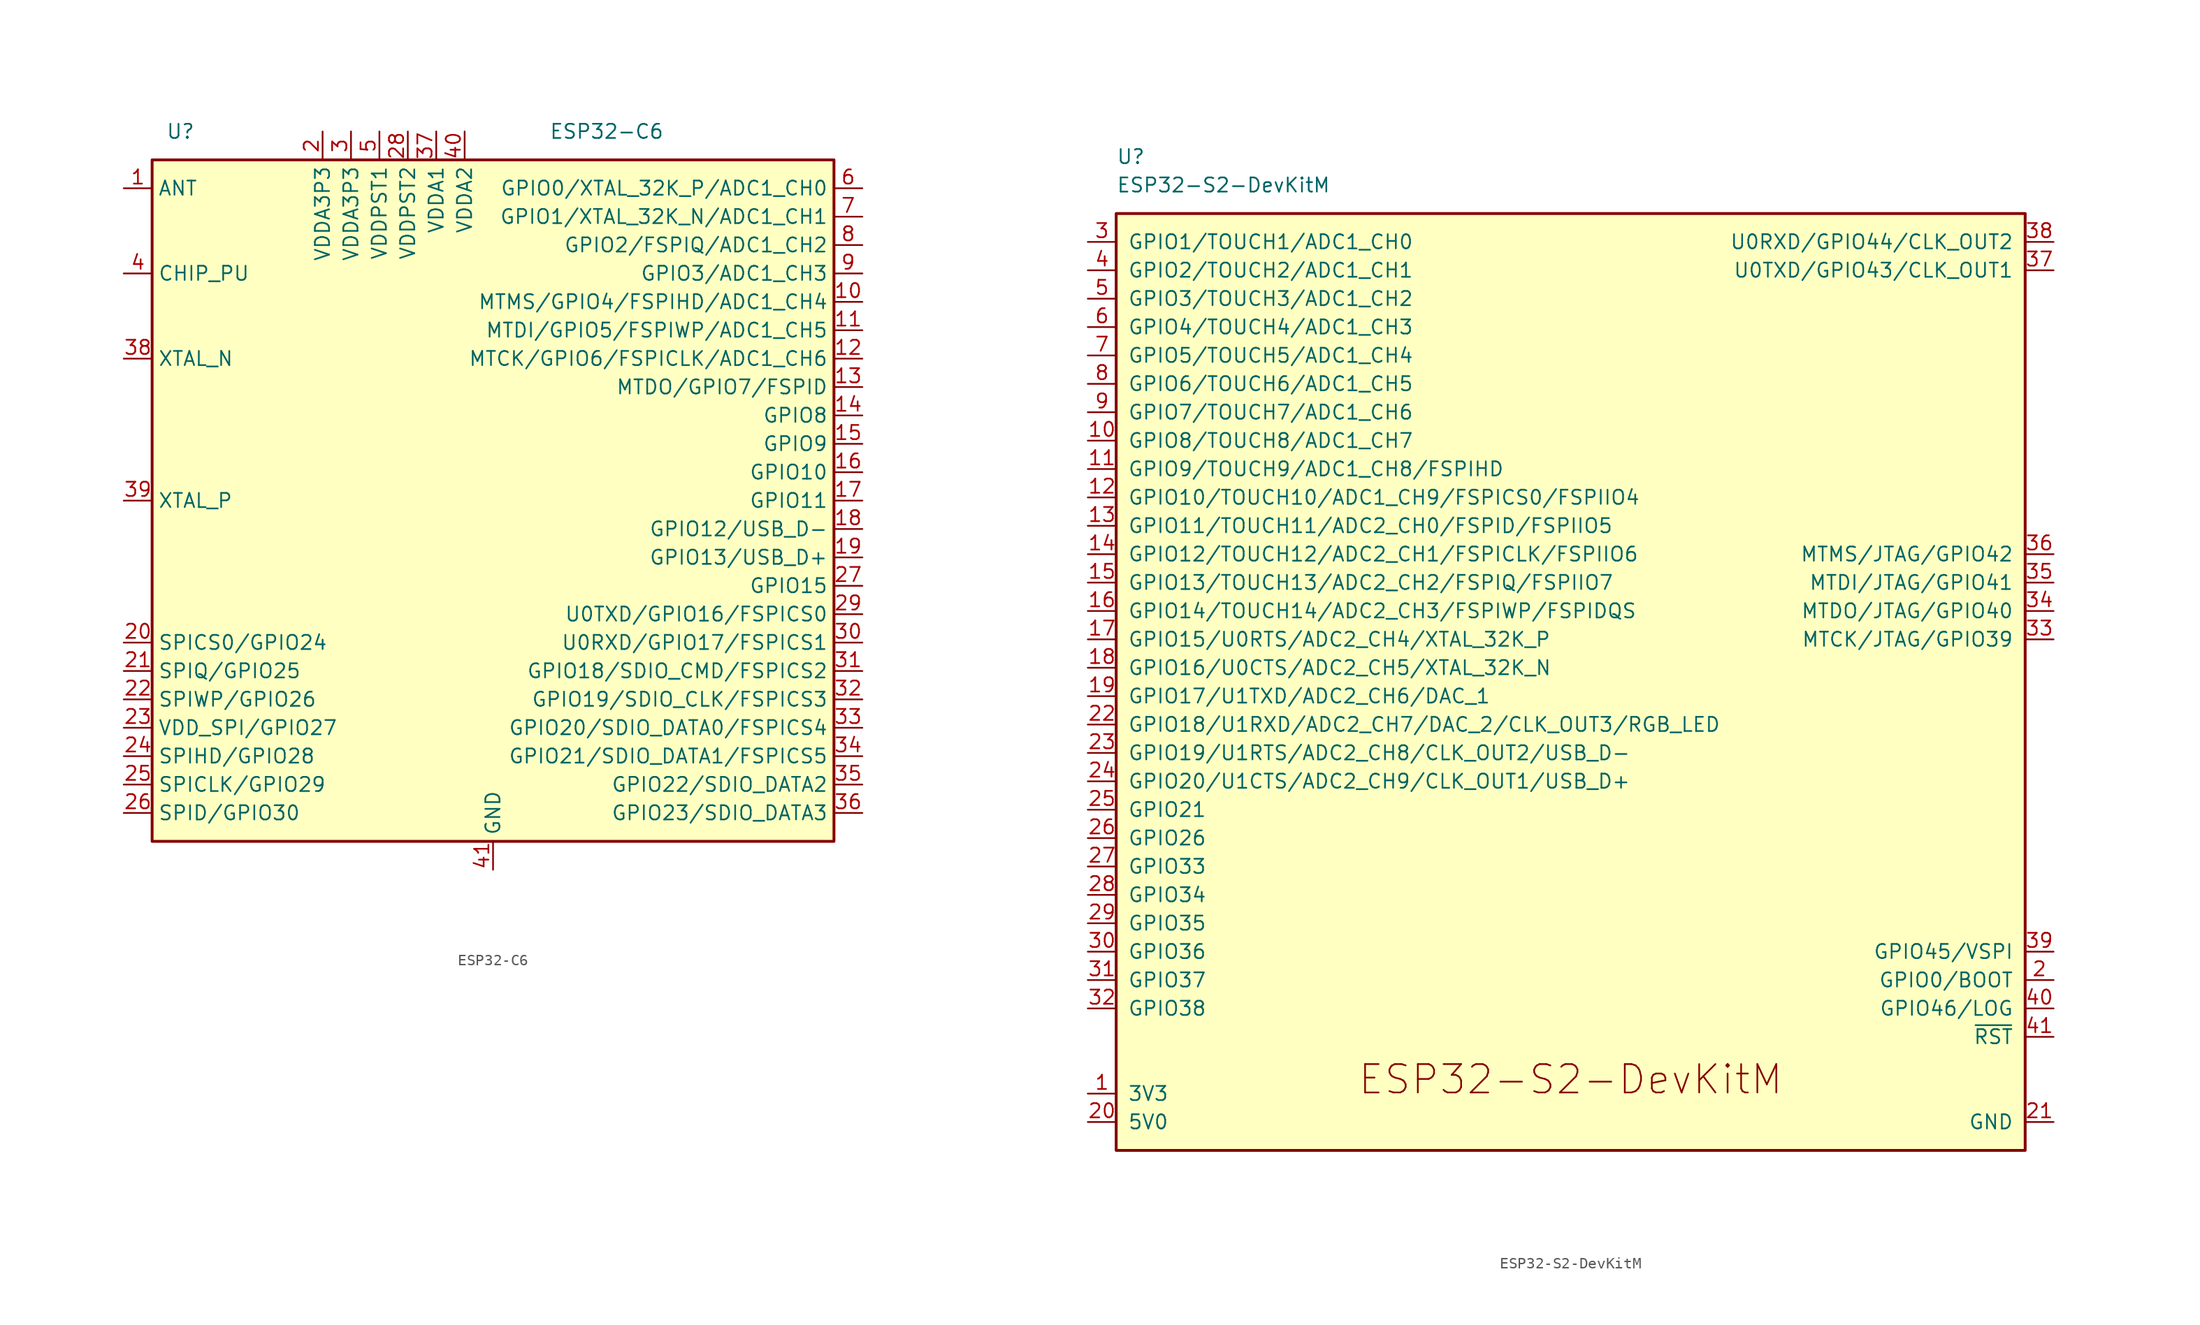
<source format=kicad_sym>
(kicad_symbol_lib
  (version 20211014)
  (generator kicad_symbol_editor)
  (symbol "ESP32-C6"
    (property "Reference" "U"
      (at -27.94 33.02 0)
      (effects (font (size 1.27 1.27))))
    (property "Value" "ESP32-C6"
      (at 10.16 33.02 0)
      (effects (font (size 1.27 1.27))))
    (symbol "ESP32-C6_0_1"
      (rectangle (start -30.48 30.48) (end 30.48 -30.48) (stroke (width 0.254) (type default) (color 0 0 0 0)) (fill (type background))))
    (symbol "ESP32-C6_1_1"
      (pin bidirectional line (at -33.02 27.94 0) (length 2.54) (name "ANT" (effects (font (size 1.27 1.27)))) (number "1" (effects (font (size 1.27 1.27)))))
      (pin bidirectional line (at 33.02 17.78 180) (length 2.54) (name "MTMS/GPIO4/FSPIHD/ADC1_CH4" (effects (font (size 1.27 1.27)))) (number "10" (effects (font (size 1.27 1.27)))))
      (pin bidirectional line (at 33.02 15.24 180) (length 2.54) (name "MTDI/GPIO5/FSPIWP/ADC1_CH5" (effects (font (size 1.27 1.27)))) (number "11" (effects (font (size 1.27 1.27)))))
      (pin bidirectional line (at 33.02 12.7 180) (length 2.54) (name "MTCK/GPIO6/FSPICLK/ADC1_CH6" (effects (font (size 1.27 1.27)))) (number "12" (effects (font (size 1.27 1.27)))))
      (pin bidirectional line (at 33.02 10.16 180) (length 2.54) (name "MTDO/GPIO7/FSPID" (effects (font (size 1.27 1.27)))) (number "13" (effects (font (size 1.27 1.27)))))
      (pin bidirectional line (at 33.02 7.62 180) (length 2.54) (name "GPIO8" (effects (font (size 1.27 1.27)))) (number "14" (effects (font (size 1.27 1.27)))))
      (pin bidirectional line (at 33.02 5.08 180) (length 2.54) (name "GPIO9" (effects (font (size 1.27 1.27)))) (number "15" (effects (font (size 1.27 1.27)))))
      (pin bidirectional line (at 33.02 2.54 180) (length 2.54) (name "GPIO10" (effects (font (size 1.27 1.27)))) (number "16" (effects (font (size 1.27 1.27)))))
      (pin bidirectional line (at 33.02 0 180) (length 2.54) (name "GPIO11" (effects (font (size 1.27 1.27)))) (number "17" (effects (font (size 1.27 1.27)))))
      (pin bidirectional line (at 33.02 -2.54 180) (length 2.54) (name "GPIO12/USB_D-" (effects (font (size 1.27 1.27)))) (number "18" (effects (font (size 1.27 1.27)))))
      (pin bidirectional line (at 33.02 -5.08 180) (length 2.54) (name "GPIO13/USB_D+" (effects (font (size 1.27 1.27)))) (number "19" (effects (font (size 1.27 1.27)))))
      (pin power_in line (at -15.24 33.02 270) (length 2.54) (name "VDDA3P3" (effects (font (size 1.27 1.27)))) (number "2" (effects (font (size 1.27 1.27)))))
      (pin bidirectional line (at -33.02 -12.7 0) (length 2.54) (name "SPICS0/GPIO24" (effects (font (size 1.27 1.27)))) (number "20" (effects (font (size 1.27 1.27)))))
      (pin bidirectional line (at -33.02 -15.24 0) (length 2.54) (name "SPIQ/GPIO25" (effects (font (size 1.27 1.27)))) (number "21" (effects (font (size 1.27 1.27)))))
      (pin bidirectional line (at -33.02 -17.78 0) (length 2.54) (name "SPIWP/GPIO26" (effects (font (size 1.27 1.27)))) (number "22" (effects (font (size 1.27 1.27)))))
      (pin bidirectional line (at -33.02 -20.32 0) (length 2.54) (name "VDD_SPI/GPIO27" (effects (font (size 1.27 1.27)))) (number "23" (effects (font (size 1.27 1.27)))))
      (pin bidirectional line (at -33.02 -22.86 0) (length 2.54) (name "SPIHD/GPIO28" (effects (font (size 1.27 1.27)))) (number "24" (effects (font (size 1.27 1.27)))))
      (pin bidirectional line (at -33.02 -25.4 0) (length 2.54) (name "SPICLK/GPIO29" (effects (font (size 1.27 1.27)))) (number "25" (effects (font (size 1.27 1.27)))))
      (pin bidirectional line (at -33.02 -27.94 0) (length 2.54) (name "SPID/GPIO30" (effects (font (size 1.27 1.27)))) (number "26" (effects (font (size 1.27 1.27)))))
      (pin bidirectional line (at 33.02 -7.62 180) (length 2.54) (name "GPIO15" (effects (font (size 1.27 1.27)))) (number "27" (effects (font (size 1.27 1.27)))))
      (pin power_in line (at -7.62 33.02 270) (length 2.54) (name "VDDPST2" (effects (font (size 1.27 1.27)))) (number "28" (effects (font (size 1.27 1.27)))))
      (pin bidirectional line (at 33.02 -10.16 180) (length 2.54) (name "U0TXD/GPIO16/FSPICS0" (effects (font (size 1.27 1.27)))) (number "29" (effects (font (size 1.27 1.27)))))
      (pin power_in line (at -12.7 33.02 270) (length 2.54) (name "VDDA3P3" (effects (font (size 1.27 1.27)))) (number "3" (effects (font (size 1.27 1.27)))))
      (pin bidirectional line (at 33.02 -12.7 180) (length 2.54) (name "U0RXD/GPIO17/FSPICS1" (effects (font (size 1.27 1.27)))) (number "30" (effects (font (size 1.27 1.27)))))
      (pin bidirectional line (at 33.02 -15.24 180) (length 2.54) (name "GPIO18/SDIO_CMD/FSPICS2" (effects (font (size 1.27 1.27)))) (number "31" (effects (font (size 1.27 1.27)))))
      (pin bidirectional line (at 33.02 -17.78 180) (length 2.54) (name "GPIO19/SDIO_CLK/FSPICS3" (effects (font (size 1.27 1.27)))) (number "32" (effects (font (size 1.27 1.27)))))
      (pin bidirectional line (at 33.02 -20.32 180) (length 2.54) (name "GPIO20/SDIO_DATA0/FSPICS4" (effects (font (size 1.27 1.27)))) (number "33" (effects (font (size 1.27 1.27)))))
      (pin bidirectional line (at 33.02 -22.86 180) (length 2.54) (name "GPIO21/SDIO_DATA1/FSPICS5" (effects (font (size 1.27 1.27)))) (number "34" (effects (font (size 1.27 1.27)))))
      (pin bidirectional line (at 33.02 -25.4 180) (length 2.54) (name "GPIO22/SDIO_DATA2" (effects (font (size 1.27 1.27)))) (number "35" (effects (font (size 1.27 1.27)))))
      (pin bidirectional line (at 33.02 -27.94 180) (length 2.54) (name "GPIO23/SDIO_DATA3" (effects (font (size 1.27 1.27)))) (number "36" (effects (font (size 1.27 1.27)))))
      (pin power_in line (at -5.08 33.02 270) (length 2.54) (name "VDDA1" (effects (font (size 1.27 1.27)))) (number "37" (effects (font (size 1.27 1.27)))))
      (pin output line (at -33.02 12.7 0) (length 2.54) (name "XTAL_N" (effects (font (size 1.27 1.27)))) (number "38" (effects (font (size 1.27 1.27)))))
      (pin input line (at -33.02 0 0) (length 2.54) (name "XTAL_P" (effects (font (size 1.27 1.27)))) (number "39" (effects (font (size 1.27 1.27)))))
      (pin input line (at -33.02 20.32 0) (length 2.54) (name "CHIP_PU" (effects (font (size 1.27 1.27)))) (number "4" (effects (font (size 1.27 1.27)))))
      (pin power_in line (at -2.54 33.02 270) (length 2.54) (name "VDDA2" (effects (font (size 1.27 1.27)))) (number "40" (effects (font (size 1.27 1.27)))))
      (pin power_in line (at 0 -33.02 90) (length 2.54) (name "GND" (effects (font (size 1.27 1.27)))) (number "41" (effects (font (size 1.27 1.27)))))
      (pin power_in line (at -10.16 33.02 270) (length 2.54) (name "VDDPST1" (effects (font (size 1.27 1.27)))) (number "5" (effects (font (size 1.27 1.27)))))
      (pin bidirectional line (at 33.02 27.94 180) (length 2.54) (name "GPIO0/XTAL_32K_P/ADC1_CH0" (effects (font (size 1.27 1.27)))) (number "6" (effects (font (size 1.27 1.27)))))
      (pin bidirectional line (at 33.02 25.4 180) (length 2.54) (name "GPIO1/XTAL_32K_N/ADC1_CH1" (effects (font (size 1.27 1.27)))) (number "7" (effects (font (size 1.27 1.27)))))
      (pin bidirectional line (at 33.02 22.86 180) (length 2.54) (name "GPIO2/FSPIQ/ADC1_CH2" (effects (font (size 1.27 1.27)))) (number "8" (effects (font (size 1.27 1.27)))))
      (pin bidirectional line (at 33.02 20.32 180) (length 2.54) (name "GPIO3/ADC1_CH3" (effects (font (size 1.27 1.27)))) (number "9" (effects (font (size 1.27 1.27)))))))
  (symbol "ESP32-S2-DevKitM"
    (pin_names
      (offset 1.016))
    (property "Reference" "U"
      (at -40.64 45.72 0)
      (effects (font (size 1.27 1.27)) (justify left)))
    (property "Value" "ESP32-S2-DevKitM"
      (at -40.64 43.18 0)
      (effects (font (size 1.27 1.27)) (justify left)))
    (symbol "ESP32-S2-DevKitM_0_1"
      (rectangle (start -40.64 40.64) (end 40.64 -43.18) (stroke (width 0.254) (type default) (color 0 0 0 0)) (fill (type background))))
    (symbol "ESP32-S2-DevKitM_1_1"
      (text "ESP32-S2-DevKitM" (at 0 -36.83 0) (effects (font (size 2.54 2.54))))
      (pin power_out line (at -43.18 -38.1 0) (length 2.54) (name "3V3" (effects (font (size 1.27 1.27)))) (number "1" (effects (font (size 1.27 1.27)))))
      (pin bidirectional line (at -43.18 20.32 0) (length 2.54) (name "GPIO8/TOUCH8/ADC1_CH7" (effects (font (size 1.27 1.27)))) (number "10" (effects (font (size 1.27 1.27)))))
      (pin bidirectional line (at -43.18 17.78 0) (length 2.54) (name "GPIO9/TOUCH9/ADC1_CH8/FSPIHD" (effects (font (size 1.27 1.27)))) (number "11" (effects (font (size 1.27 1.27)))))
      (pin bidirectional line (at -43.18 15.24 0) (length 2.54) (name "GPIO10/TOUCH10/ADC1_CH9/FSPICS0/FSPIIO4" (effects (font (size 1.27 1.27)))) (number "12" (effects (font (size 1.27 1.27)))))
      (pin bidirectional line (at -43.18 12.7 0) (length 2.54) (name "GPIO11/TOUCH11/ADC2_CH0/FSPID/FSPIIO5" (effects (font (size 1.27 1.27)))) (number "13" (effects (font (size 1.27 1.27)))))
      (pin bidirectional line (at -43.18 10.16 0) (length 2.54) (name "GPIO12/TOUCH12/ADC2_CH1/FSPICLK/FSPIIO6" (effects (font (size 1.27 1.27)))) (number "14" (effects (font (size 1.27 1.27)))))
      (pin bidirectional line (at -43.18 7.62 0) (length 2.54) (name "GPIO13/TOUCH13/ADC2_CH2/FSPIQ/FSPIIO7" (effects (font (size 1.27 1.27)))) (number "15" (effects (font (size 1.27 1.27)))))
      (pin bidirectional line (at -43.18 5.08 0) (length 2.54) (name "GPIO14/TOUCH14/ADC2_CH3/FSPIWP/FSPIDQS" (effects (font (size 1.27 1.27)))) (number "16" (effects (font (size 1.27 1.27)))))
      (pin bidirectional line (at -43.18 2.54 0) (length 2.54) (name "GPIO15/U0RTS/ADC2_CH4/XTAL_32K_P" (effects (font (size 1.27 1.27)))) (number "17" (effects (font (size 1.27 1.27)))))
      (pin bidirectional line (at -43.18 0 0) (length 2.54) (name "GPIO16/U0CTS/ADC2_CH5/XTAL_32K_N" (effects (font (size 1.27 1.27)))) (number "18" (effects (font (size 1.27 1.27)))))
      (pin bidirectional line (at -43.18 -2.54 0) (length 2.54) (name "GPIO17/U1TXD/ADC2_CH6/DAC_1" (effects (font (size 1.27 1.27)))) (number "19" (effects (font (size 1.27 1.27)))))
      (pin bidirectional line (at 43.18 -27.94 180) (length 2.54) (name "GPIO0/BOOT" (effects (font (size 1.27 1.27)))) (number "2" (effects (font (size 1.27 1.27)))))
      (pin power_in line (at -43.18 -40.64 0) (length 2.54) (name "5V0" (effects (font (size 1.27 1.27)))) (number "20" (effects (font (size 1.27 1.27)))))
      (pin power_in line (at 43.18 -40.64 180) (length 2.54) (name "GND" (effects (font (size 1.27 1.27)))) (number "21" (effects (font (size 1.27 1.27)))))
      (pin bidirectional line (at -43.18 -5.08 0) (length 2.54) (name "GPIO18/U1RXD/ADC2_CH7/DAC_2/CLK_OUT3/RGB_LED" (effects (font (size 1.27 1.27)))) (number "22" (effects (font (size 1.27 1.27)))))
      (pin bidirectional line (at -43.18 -7.62 0) (length 2.54) (name "GPIO19/U1RTS/ADC2_CH8/CLK_OUT2/USB_D-" (effects (font (size 1.27 1.27)))) (number "23" (effects (font (size 1.27 1.27)))))
      (pin bidirectional line (at -43.18 -10.16 0) (length 2.54) (name "GPIO20/U1CTS/ADC2_CH9/CLK_OUT1/USB_D+" (effects (font (size 1.27 1.27)))) (number "24" (effects (font (size 1.27 1.27)))))
      (pin bidirectional line (at -43.18 -12.7 0) (length 2.54) (name "GPIO21" (effects (font (size 1.27 1.27)))) (number "25" (effects (font (size 1.27 1.27)))))
      (pin bidirectional line (at -43.18 -15.24 0) (length 2.54) (name "GPIO26" (effects (font (size 1.27 1.27)))) (number "26" (effects (font (size 1.27 1.27)))))
      (pin bidirectional line (at -43.18 -17.78 0) (length 2.54) (name "GPIO33" (effects (font (size 1.27 1.27)))) (number "27" (effects (font (size 1.27 1.27)))))
      (pin bidirectional line (at -43.18 -20.32 0) (length 2.54) (name "GPIO34" (effects (font (size 1.27 1.27)))) (number "28" (effects (font (size 1.27 1.27)))))
      (pin bidirectional line (at -43.18 -22.86 0) (length 2.54) (name "GPIO35" (effects (font (size 1.27 1.27)))) (number "29" (effects (font (size 1.27 1.27)))))
      (pin bidirectional line (at -43.18 38.1 0) (length 2.54) (name "GPIO1/TOUCH1/ADC1_CH0" (effects (font (size 1.27 1.27)))) (number "3" (effects (font (size 1.27 1.27)))))
      (pin bidirectional line (at -43.18 -25.4 0) (length 2.54) (name "GPIO36" (effects (font (size 1.27 1.27)))) (number "30" (effects (font (size 1.27 1.27)))))
      (pin bidirectional line (at -43.18 -27.94 0) (length 2.54) (name "GPIO37" (effects (font (size 1.27 1.27)))) (number "31" (effects (font (size 1.27 1.27)))))
      (pin bidirectional line (at -43.18 -30.48 0) (length 2.54) (name "GPIO38" (effects (font (size 1.27 1.27)))) (number "32" (effects (font (size 1.27 1.27)))))
      (pin bidirectional line (at 43.18 2.54 180) (length 2.54) (name "MTCK/JTAG/GPIO39" (effects (font (size 1.27 1.27)))) (number "33" (effects (font (size 1.27 1.27)))))
      (pin bidirectional line (at 43.18 5.08 180) (length 2.54) (name "MTDO/JTAG/GPIO40" (effects (font (size 1.27 1.27)))) (number "34" (effects (font (size 1.27 1.27)))))
      (pin bidirectional line (at 43.18 7.62 180) (length 2.54) (name "MTDI/JTAG/GPIO41" (effects (font (size 1.27 1.27)))) (number "35" (effects (font (size 1.27 1.27)))))
      (pin bidirectional line (at 43.18 10.16 180) (length 2.54) (name "MTMS/JTAG/GPIO42" (effects (font (size 1.27 1.27)))) (number "36" (effects (font (size 1.27 1.27)))))
      (pin bidirectional line (at 43.18 35.56 180) (length 2.54) (name "U0TXD/GPIO43/CLK_OUT1" (effects (font (size 1.27 1.27)))) (number "37" (effects (font (size 1.27 1.27)))))
      (pin bidirectional line (at 43.18 38.1 180) (length 2.54) (name "U0RXD/GPIO44/CLK_OUT2" (effects (font (size 1.27 1.27)))) (number "38" (effects (font (size 1.27 1.27)))))
      (pin bidirectional line (at 43.18 -25.4 180) (length 2.54) (name "GPIO45/VSPI" (effects (font (size 1.27 1.27)))) (number "39" (effects (font (size 1.27 1.27)))))
      (pin bidirectional line (at -43.18 35.56 0) (length 2.54) (name "GPIO2/TOUCH2/ADC1_CH1" (effects (font (size 1.27 1.27)))) (number "4" (effects (font (size 1.27 1.27)))))
      (pin input line (at 43.18 -30.48 180) (length 2.54) (name "GPIO46/LOG" (effects (font (size 1.27 1.27)))) (number "40" (effects (font (size 1.27 1.27)))))
      (pin input line (at 43.18 -33.02 180) (length 2.54) (name "~{RST}" (effects (font (size 1.27 1.27)))) (number "41" (effects (font (size 1.27 1.27)))))
      (pin passive line (at 43.18 -40.64 180) (length 2.54) hide (name "GND" (effects (font (size 1.27 1.27)))) (number "42" (effects (font (size 1.27 1.27)))))
      (pin bidirectional line (at -43.18 33.02 0) (length 2.54) (name "GPIO3/TOUCH3/ADC1_CH2" (effects (font (size 1.27 1.27)))) (number "5" (effects (font (size 1.27 1.27)))))
      (pin bidirectional line (at -43.18 30.48 0) (length 2.54) (name "GPIO4/TOUCH4/ADC1_CH3" (effects (font (size 1.27 1.27)))) (number "6" (effects (font (size 1.27 1.27)))))
      (pin bidirectional line (at -43.18 27.94 0) (length 2.54) (name "GPIO5/TOUCH5/ADC1_CH4" (effects (font (size 1.27 1.27)))) (number "7" (effects (font (size 1.27 1.27)))))
      (pin bidirectional line (at -43.18 25.4 0) (length 2.54) (name "GPIO6/TOUCH6/ADC1_CH5" (effects (font (size 1.27 1.27)))) (number "8" (effects (font (size 1.27 1.27)))))
      (pin bidirectional line (at -43.18 22.86 0) (length 2.54) (name "GPIO7/TOUCH7/ADC1_CH6" (effects (font (size 1.27 1.27)))) (number "9" (effects (font (size 1.27 1.27))))))))
</source>
